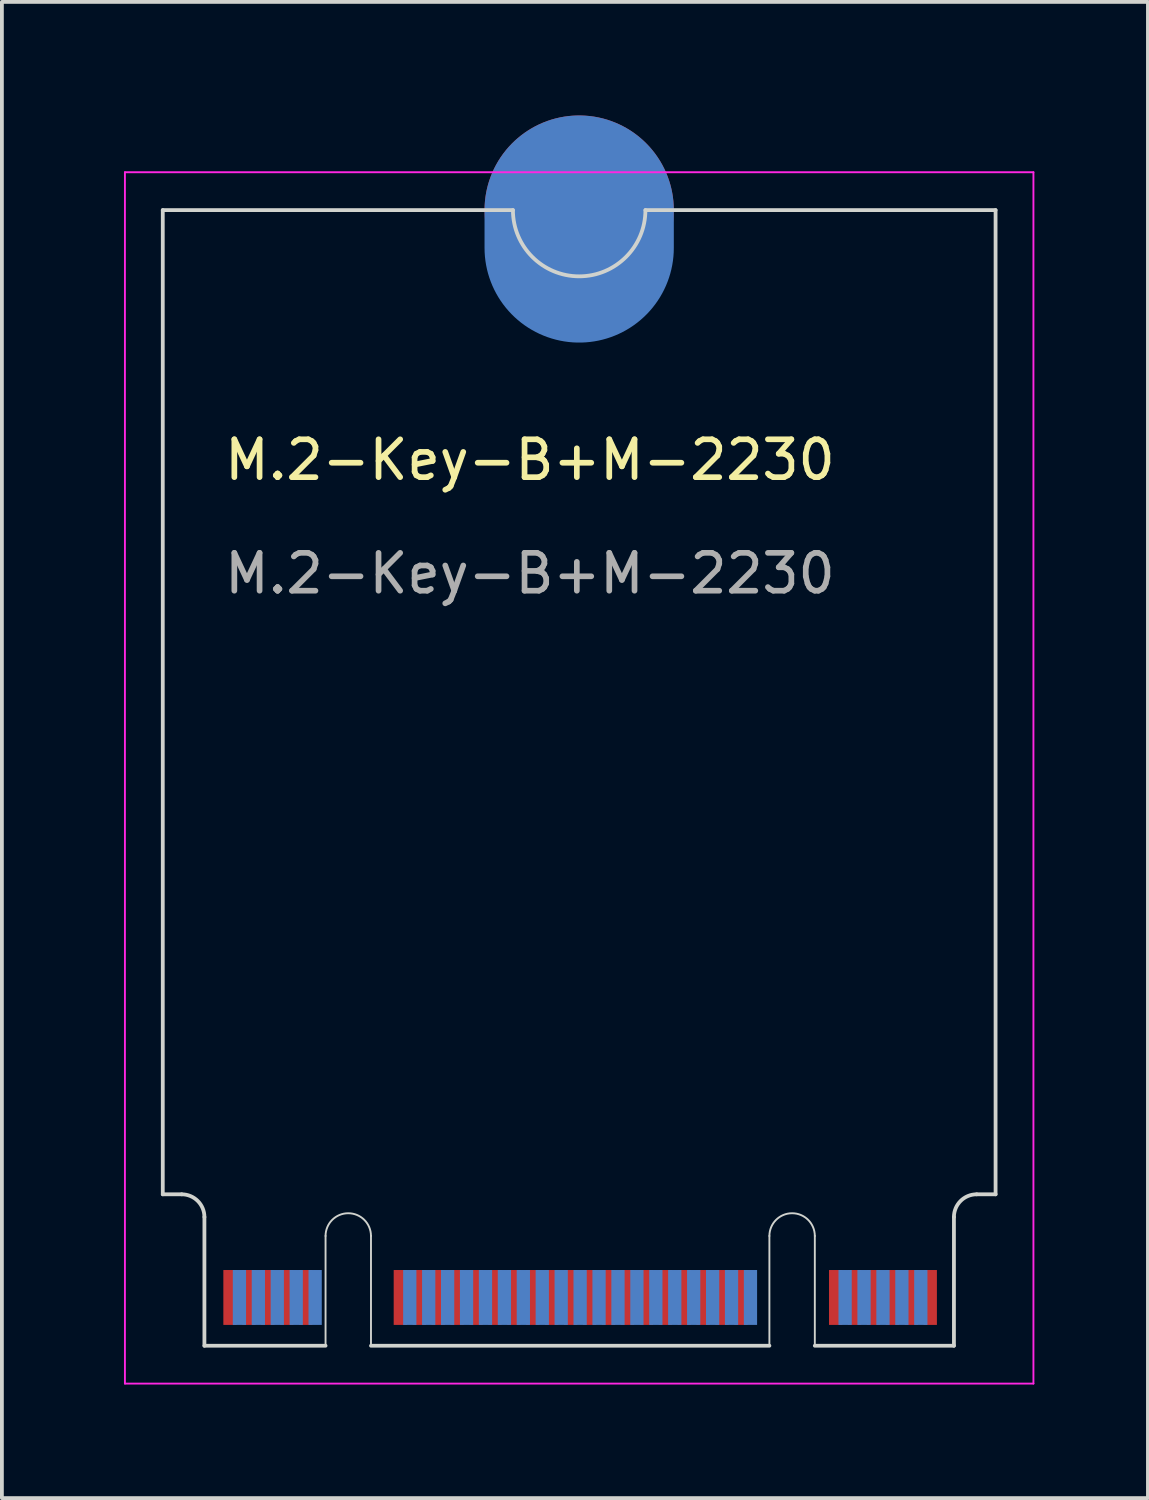
<source format=kicad_pcb>
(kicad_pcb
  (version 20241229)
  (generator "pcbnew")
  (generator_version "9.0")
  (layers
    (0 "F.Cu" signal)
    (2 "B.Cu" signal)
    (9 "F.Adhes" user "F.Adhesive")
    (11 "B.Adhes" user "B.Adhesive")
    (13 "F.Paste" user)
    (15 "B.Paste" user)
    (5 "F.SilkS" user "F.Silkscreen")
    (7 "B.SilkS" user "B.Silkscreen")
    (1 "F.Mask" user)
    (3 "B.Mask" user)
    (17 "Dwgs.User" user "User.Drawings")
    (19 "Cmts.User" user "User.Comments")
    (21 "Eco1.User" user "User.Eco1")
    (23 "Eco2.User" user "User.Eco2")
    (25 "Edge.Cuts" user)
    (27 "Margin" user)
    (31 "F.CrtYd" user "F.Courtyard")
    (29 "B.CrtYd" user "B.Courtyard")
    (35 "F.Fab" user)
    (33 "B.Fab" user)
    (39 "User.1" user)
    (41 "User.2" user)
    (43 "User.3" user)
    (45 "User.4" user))
  (footprint "M.2-Key-B+M-2230"
    (layer "F.Cu")
    (at 0.25 1.5)
    (property "Reference" "M.2-Key-B+M-2230" (at 10.7 7.6 0) (unlocked yes) (layer "F.SilkS") (effects (font (size 1 1) (thickness 0.15))))
    (attr exclude_from_pos_files exclude_from_bom allow_missing_courtyard)
    (fp_line (start 1 1) (end 1 27) (stroke (width 0.1) (type default)) (layer "Edge.Cuts"))
    (fp_line (start 1 1) (end 10.25 1) (stroke (width 0.1) (type default)) (layer "Edge.Cuts"))
    (fp_line (start 1 27) (end 1.5 27) (stroke (width 0.1) (type default)) (layer "Edge.Cuts"))
    (fp_line (start 2.1 27.6) (end 2.1 31) (stroke (width 0.1) (type default)) (layer "Edge.Cuts"))
    (fp_line (start 2.1 31) (end 5.3 31) (stroke (width 0.1) (type default)) (layer "Edge.Cuts"))
    (fp_line (start 5.3 31) (end 5.3 28.1) (stroke (width 0.05) (type default)) (layer "Edge.Cuts"))
    (fp_line (start 6.5 28.1) (end 6.5 31) (stroke (width 0.05) (type default)) (layer "Edge.Cuts"))
    (fp_line (start 6.5 31) (end 17.025 31) (stroke (width 0.1) (type default)) (layer "Edge.Cuts"))
    (fp_line (start 17.025 31) (end 17.025 28.1) (stroke (width 0.05) (type default)) (layer "Edge.Cuts"))
    (fp_line (start 18.225 28.1) (end 18.225 31) (stroke (width 0.05) (type default)) (layer "Edge.Cuts"))
    (fp_line (start 18.225 31) (end 21.9 31) (stroke (width 0.1) (type default)) (layer "Edge.Cuts"))
    (fp_line (start 21.9 27.6) (end 21.9 31) (stroke (width 0.1) (type default)) (layer "Edge.Cuts"))
    (fp_line (start 23 1) (end 13.75 1) (stroke (width 0.1) (type default)) (layer "Edge.Cuts"))
    (fp_line (start 23 1) (end 23 27) (stroke (width 0.1) (type default)) (layer "Edge.Cuts"))
    (fp_line (start 23 27) (end 22.5 27) (stroke (width 0.1) (type default)) (layer "Edge.Cuts"))
    (fp_arc (start 1.5 27) (mid 1.924264 27.175736) (end 2.1 27.6) (stroke (width 0.1) (type default)) (layer "Edge.Cuts"))
    (fp_arc (start 5.3 28.1) (mid 5.9 27.5) (end 6.5 28.1) (stroke (width 0.05) (type default)) (layer "Edge.Cuts"))
    (fp_arc (start 13.75 1) (mid 12 2.75) (end 10.25 1) (stroke (width 0.1) (type default)) (layer "Edge.Cuts"))
    (fp_arc (start 17.025 28.1) (mid 17.625 27.5) (end 18.225 28.1) (stroke (width 0.05) (type default)) (layer "Edge.Cuts"))
    (fp_arc (start 21.9 27.6) (mid 22.075736 27.175736) (end 22.5 27) (stroke (width 0.1) (type default)) (layer "Edge.Cuts"))
    (fp_line (start 0 0) (end 0 32) (stroke (width 0.05) (type default)) (layer "F.CrtYd"))
    (fp_line (start 0 32) (end 24 32) (stroke (width 0.05) (type default)) (layer "F.CrtYd"))
    (fp_line (start 24 0) (end 0 0) (stroke (width 0.05) (type default)) (layer "F.CrtYd"))
    (fp_line (start 24 32) (end 24 0) (stroke (width 0.05) (type default)) (layer "F.CrtYd"))
    (fp_text user "${REFERENCE}" (at 10.7 10.6 0) (unlocked yes) (layer "F.Fab") (effects (font (size 1 1) (thickness 0.15))))
    (pad "1" connect rect (at 21.275 29.725) (size 0.35 1.45) (layers "F.Cu" "F.Mask"))
    (pad "2" connect rect (at 21.025 29.725) (size 0.35 1.45) (layers "B.Cu" "B.Mask"))
    (pad "3" connect rect (at 20.775 29.725) (size 0.35 1.45) (layers "F.Cu" "F.Mask"))
    (pad "4" connect rect (at 20.525 29.725) (size 0.35 1.45) (layers "B.Cu" "B.Mask"))
    (pad "5" connect rect (at 20.275 29.725) (size 0.35 1.45) (layers "F.Cu" "F.Mask"))
    (pad "6" connect rect (at 20.025 29.725) (size 0.35 1.45) (layers "B.Cu" "B.Mask"))
    (pad "7" connect rect (at 19.775 29.725) (size 0.35 1.45) (layers "F.Cu" "F.Mask"))
    (pad "8" connect rect (at 19.525 29.725) (size 0.35 1.45) (layers "B.Cu" "B.Mask"))
    (pad "9" connect rect (at 19.275 29.725) (size 0.35 1.45) (layers "F.Cu" "F.Mask"))
    (pad "10" connect rect (at 19.025 29.725) (size 0.35 1.45) (layers "B.Cu" "B.Mask"))
    (pad "11" connect rect (at 18.775 29.725) (size 0.35 1.45) (layers "F.Cu" "F.Mask"))
    (pad "20" connect rect (at 16.525 29.725) (size 0.35 1.45) (layers "B.Cu" "B.Mask"))
    (pad "21" connect rect (at 16.275 29.725) (size 0.35 1.45) (layers "F.Cu" "F.Mask"))
    (pad "22" connect rect (at 16.025 29.725) (size 0.35 1.45) (layers "B.Cu" "B.Mask"))
    (pad "23" connect rect (at 15.775 29.725) (size 0.35 1.45) (layers "F.Cu" "F.Mask"))
    (pad "24" connect rect (at 15.525 29.725) (size 0.35 1.45) (layers "B.Cu" "B.Mask"))
    (pad "25" connect rect (at 15.275 29.725) (size 0.35 1.45) (layers "F.Cu" "F.Mask"))
    (pad "26" connect rect (at 15.025 29.725) (size 0.35 1.45) (layers "B.Cu" "B.Mask"))
    (pad "27" connect rect (at 14.775 29.725) (size 0.35 1.45) (layers "F.Cu" "F.Mask"))
    (pad "28" connect rect (at 14.525 29.725) (size 0.35 1.45) (layers "B.Cu" "B.Mask"))
    (pad "29" connect rect (at 14.275 29.725) (size 0.35 1.45) (layers "F.Cu" "F.Mask"))
    (pad "30" connect rect (at 14.025 29.725) (size 0.35 1.45) (layers "B.Cu" "B.Mask"))
    (pad "31" connect rect (at 13.775 29.725) (size 0.35 1.45) (layers "F.Cu" "F.Mask"))
    (pad "32" connect rect (at 13.525 29.725) (size 0.35 1.45) (layers "B.Cu" "B.Mask"))
    (pad "33" connect rect (at 13.275 29.725) (size 0.35 1.45) (layers "F.Cu" "F.Mask"))
    (pad "34" connect rect (at 13.025 29.725) (size 0.35 1.45) (layers "B.Cu" "B.Mask"))
    (pad "35" connect rect (at 12.775 29.725) (size 0.35 1.45) (layers "F.Cu" "F.Mask"))
    (pad "36" connect rect (at 12.525 29.725) (size 0.35 1.45) (layers "B.Cu" "B.Mask"))
    (pad "37" connect rect (at 12.275 29.725) (size 0.35 1.45) (layers "F.Cu" "F.Mask"))
    (pad "38" connect rect (at 12.025 29.725) (size 0.35 1.45) (layers "B.Cu" "B.Mask"))
    (pad "39" connect rect (at 11.775 29.725) (size 0.35 1.45) (layers "F.Cu" "F.Mask"))
    (pad "40" connect rect (at 11.525 29.725) (size 0.35 1.45) (layers "B.Cu" "B.Mask"))
    (pad "41" connect rect (at 11.275 29.725) (size 0.35 1.45) (layers "F.Cu" "F.Mask"))
    (pad "42" connect rect (at 11.025 29.725) (size 0.35 1.45) (layers "B.Cu" "B.Mask"))
    (pad "43" connect rect (at 10.775 29.725) (size 0.35 1.45) (layers "F.Cu" "F.Mask"))
    (pad "44" connect rect (at 10.525 29.725) (size 0.35 1.45) (layers "B.Cu" "B.Mask"))
    (pad "45" connect rect (at 10.275 29.725) (size 0.35 1.45) (layers "F.Cu" "F.Mask"))
    (pad "46" connect rect (at 10.025 29.725) (size 0.35 1.45) (layers "B.Cu" "B.Mask"))
    (pad "47" connect rect (at 9.775 29.725) (size 0.35 1.45) (layers "F.Cu" "F.Mask"))
    (pad "48" connect rect (at 9.525 29.725) (size 0.35 1.45) (layers "B.Cu" "B.Mask"))
    (pad "49" connect rect (at 9.275 29.725) (size 0.35 1.45) (layers "F.Cu" "F.Mask"))
    (pad "50" connect rect (at 9.025 29.725) (size 0.35 1.45) (layers "B.Cu" "B.Mask"))
    (pad "51" connect rect (at 8.775 29.725) (size 0.35 1.45) (layers "F.Cu" "F.Mask"))
    (pad "52" connect rect (at 8.525 29.725) (size 0.35 1.45) (layers "B.Cu" "B.Mask"))
    (pad "53" connect rect (at 8.275 29.725) (size 0.35 1.45) (layers "F.Cu" "F.Mask"))
    (pad "54" connect rect (at 8.025 29.725) (size 0.35 1.45) (layers "B.Cu" "B.Mask"))
    (pad "55" connect rect (at 7.775 29.725) (size 0.35 1.45) (layers "F.Cu" "F.Mask"))
    (pad "56" connect rect (at 7.525 29.725) (size 0.35 1.45) (layers "B.Cu" "B.Mask"))
    (pad "57" connect rect (at 7.275 29.725) (size 0.35 1.45) (layers "F.Cu" "F.Mask"))
    (pad "66" connect rect (at 5.025 29.725) (size 0.35 1.45) (layers "B.Cu" "B.Mask"))
    (pad "67" connect rect (at 4.775 29.725) (size 0.35 1.45) (layers "F.Cu" "F.Mask"))
    (pad "68" connect rect (at 4.525 29.725) (size 0.35 1.45) (layers "B.Cu" "B.Mask"))
    (pad "69" connect rect (at 4.275 29.725) (size 0.35 1.45) (layers "F.Cu" "F.Mask"))
    (pad "70" connect rect (at 4.025 29.725) (size 0.35 1.45) (layers "B.Cu" "B.Mask"))
    (pad "71" connect rect (at 3.775 29.725) (size 0.35 1.45) (layers "F.Cu" "F.Mask"))
    (pad "72" connect rect (at 3.525 29.725) (size 0.35 1.45) (layers "B.Cu" "B.Mask"))
    (pad "73" connect rect (at 3.275 29.725) (size 0.35 1.45) (layers "F.Cu" "F.Mask"))
    (pad "74" connect rect (at 3.025 29.725) (size 0.35 1.45) (layers "B.Cu" "B.Mask"))
    (pad "75" connect rect (at 2.775 29.725) (size 0.35 1.45) (layers "F.Cu" "F.Mask"))
    (pad "76" connect circle (at 12 1) (size 5 5) (layers "F.Cu" "F.Mask"))
    (pad "76" connect oval (at 12 1.5) (size 5 6) (layers "B.Cu" "B.Mask"))
    (zone (net_name "") (layer "F.Cu") (name "TOP COMPONENT KEEPOUT") (hatch edge 0.5) (connect_pads) (min_thickness 0.25) (filled_areas_thickness no) (keepout (tracks allowed) (vias allowed) (pads allowed) (copperpour allowed) (footprints not_allowed)) (placement (enabled no)) (fill) (polygon (pts (xy 2.35 32.5) (xy 2.35 28.5) (xy 22.15 28.5) (xy 22.15 32.5))))
    (zone (net_name "") (layer "B.Cu") (name "BOTTOM COMPONENT KEEPOUT") (hatch edge 0.5) (connect_pads) (min_thickness 0.25) (filled_areas_thickness no) (keepout (tracks allowed) (vias allowed) (pads allowed) (copperpour allowed) (footprints not_allowed)) (placement (enabled no)) (fill) (polygon (pts (xy 2.35 32.5) (xy 22.15 32.5) (xy 22.15 28.5) (xy 23.25 28.5) (xy 23.25 27.3) (xy 1.25 27.3) (xy 1.25 28.5) (xy 2.35 28.5)))))
  (gr_rect
    (start -3 -3)
    (end 27.275 36.525)
    (stroke (width 0.1) (type default))
    (fill no)
    (layer "Edge.Cuts")))
</source>
